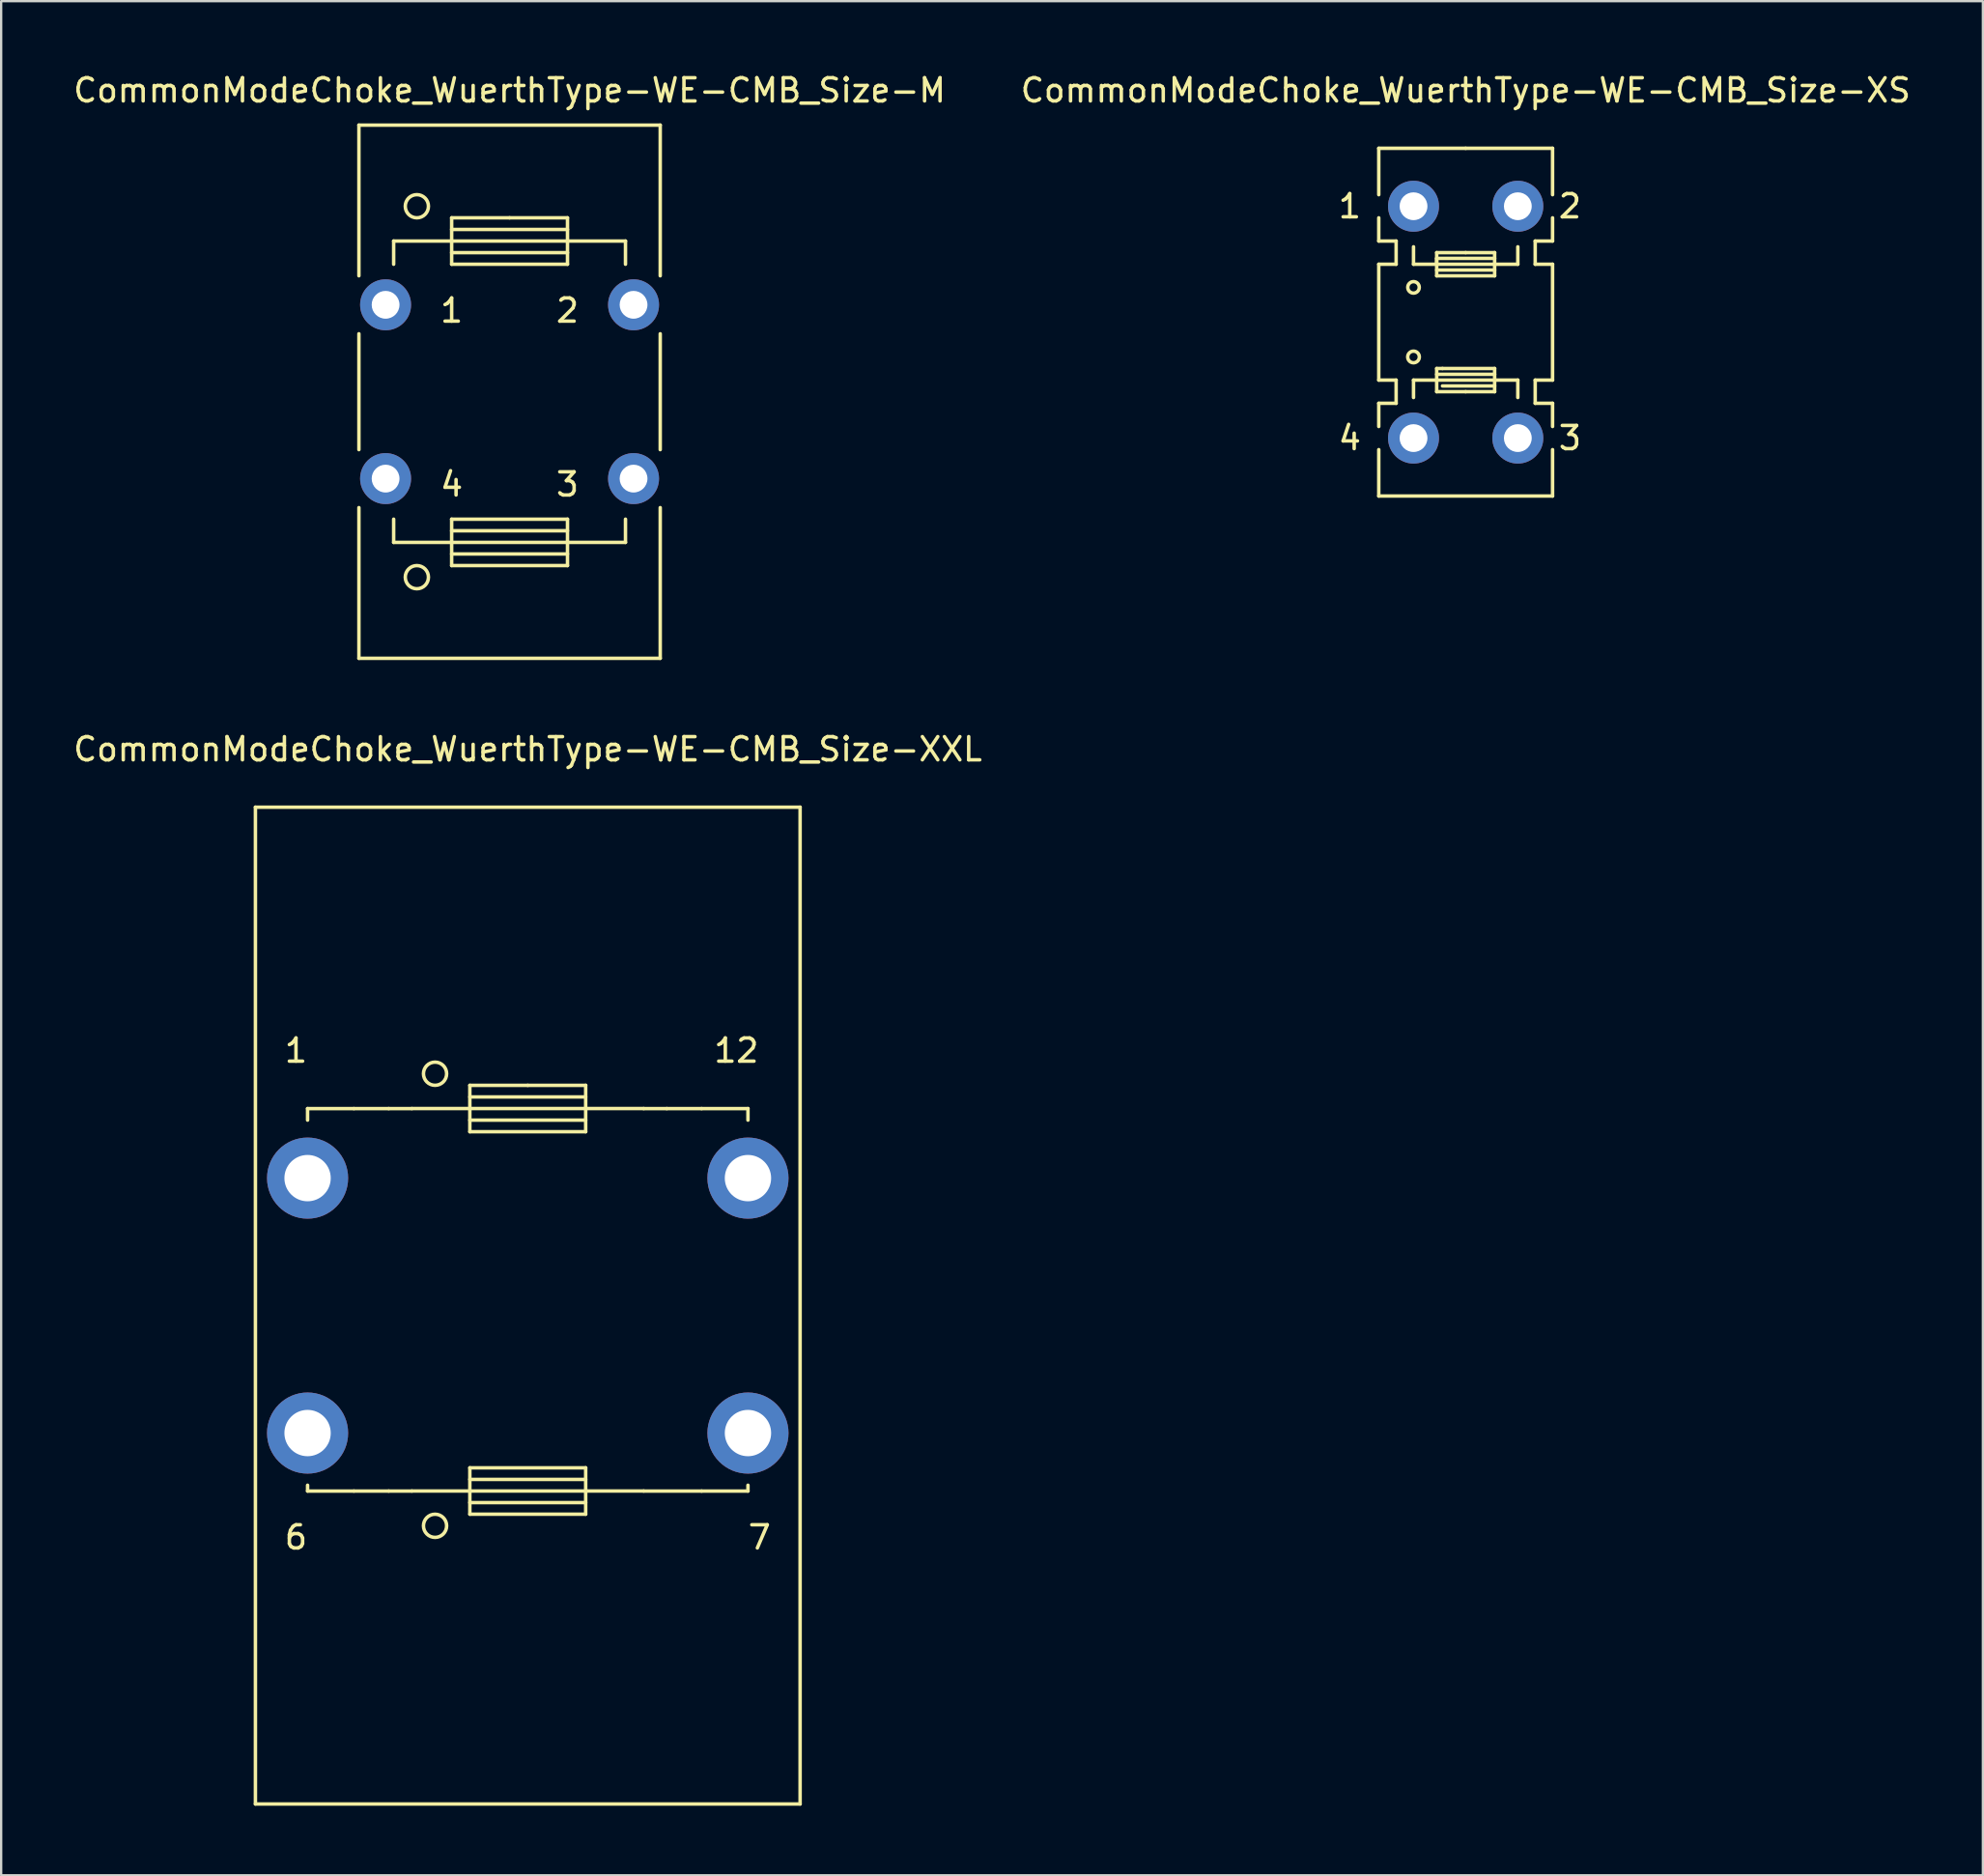
<source format=kicad_pcb>
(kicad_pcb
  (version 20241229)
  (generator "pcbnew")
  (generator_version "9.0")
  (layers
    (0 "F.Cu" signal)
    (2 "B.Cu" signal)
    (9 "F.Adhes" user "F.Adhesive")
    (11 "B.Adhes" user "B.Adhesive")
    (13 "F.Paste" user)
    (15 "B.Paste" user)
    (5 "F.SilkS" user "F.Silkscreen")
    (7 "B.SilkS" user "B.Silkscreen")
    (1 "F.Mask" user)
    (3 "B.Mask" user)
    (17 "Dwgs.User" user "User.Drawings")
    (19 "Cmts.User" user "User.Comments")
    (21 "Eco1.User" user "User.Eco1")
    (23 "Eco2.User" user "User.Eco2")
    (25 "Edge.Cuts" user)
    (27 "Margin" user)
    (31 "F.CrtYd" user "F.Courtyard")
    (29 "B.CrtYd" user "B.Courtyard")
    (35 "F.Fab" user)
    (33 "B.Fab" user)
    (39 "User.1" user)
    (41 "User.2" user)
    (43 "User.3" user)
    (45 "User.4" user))
  (footprint "CommonModeChoke_WuerthType-WE-CMB_Size-XS"
    (layer "F.Cu")
    (at 60.185 10.848)
    (property "Reference" "CommonModeChoke_WuerthType-WE-CMB_Size-XS" (at 0 -10 0) (layer "F.SilkS") (effects (font (size 1 1) (thickness 0.15))))
    (attr through_hole)
    (fp_line (start -3.749 -7.501) (end 0 -7.501) (stroke (width 0.15) (type solid)) (layer "F.SilkS"))
    (fp_line (start -3.749 -5.499) (end -3.749 -7.501) (stroke (width 0.15) (type solid)) (layer "F.SilkS"))
    (fp_line (start -3.749 -3.5) (end -3.749 -4.501) (stroke (width 0.15) (type solid)) (layer "F.SilkS"))
    (fp_line (start -3.749 -2.499) (end -3 -2.499) (stroke (width 0.15) (type solid)) (layer "F.SilkS"))
    (fp_line (start -3.749 2.499) (end -3.749 -2.499) (stroke (width 0.15) (type solid)) (layer "F.SilkS"))
    (fp_line (start -3.749 3.5) (end -3 3.5) (stroke (width 0.15) (type solid)) (layer "F.SilkS"))
    (fp_line (start -3.749 4.501) (end -3.749 3.5) (stroke (width 0.15) (type solid)) (layer "F.SilkS"))
    (fp_line (start -3.749 7.501) (end -3.749 5.499) (stroke (width 0.15) (type solid)) (layer "F.SilkS"))
    (fp_line (start -3 -3.5) (end -3.749 -3.5) (stroke (width 0.15) (type solid)) (layer "F.SilkS"))
    (fp_line (start -3 -2.499) (end -3 -3.5) (stroke (width 0.15) (type solid)) (layer "F.SilkS"))
    (fp_line (start -3 2.499) (end -3.749 2.499) (stroke (width 0.15) (type solid)) (layer "F.SilkS"))
    (fp_line (start -3 3.5) (end -3 2.499) (stroke (width 0.15) (type solid)) (layer "F.SilkS"))
    (fp_line (start -2.25 -2.499) (end -2.25 -3.251) (stroke (width 0.15) (type solid)) (layer "F.SilkS"))
    (fp_line (start -2.25 2.499) (end -2.25 3.251) (stroke (width 0.15) (type solid)) (layer "F.SilkS"))
    (fp_line (start -1.25 -3) (end 0 -3) (stroke (width 0.15) (type solid)) (layer "F.SilkS"))
    (fp_line (start -1.25 -2.751) (end -1.25 -2.499) (stroke (width 0.15) (type solid)) (layer "F.SilkS"))
    (fp_line (start -1.25 -2.499) (end -2.25 -2.499) (stroke (width 0.15) (type solid)) (layer "F.SilkS"))
    (fp_line (start -1.25 -2.25) (end 1.25 -2.25) (stroke (width 0.15) (type solid)) (layer "F.SilkS"))
    (fp_line (start -1.25 -1.999) (end -1.25 -3) (stroke (width 0.15) (type solid)) (layer "F.SilkS"))
    (fp_line (start -1.25 1.999) (end -1.25 3) (stroke (width 0.15) (type solid)) (layer "F.SilkS"))
    (fp_line (start -1.25 2.499) (end -2.25 2.499) (stroke (width 0.15) (type solid)) (layer "F.SilkS"))
    (fp_line (start -1.25 3) (end 0 3) (stroke (width 0.15) (type solid)) (layer "F.SilkS"))
    (fp_line (start -1.001 1.999) (end -1.25 1.999) (stroke (width 0.15) (type solid)) (layer "F.SilkS"))
    (fp_line (start 0 -7.501) (end 3.749 -7.501) (stroke (width 0.15) (type solid)) (layer "F.SilkS"))
    (fp_line (start 0 -3) (end 1.25 -3) (stroke (width 0.15) (type solid)) (layer "F.SilkS"))
    (fp_line (start 0 3) (end 1.25 3) (stroke (width 0.15) (type solid)) (layer "F.SilkS"))
    (fp_line (start 1.25 -3) (end 1.25 -1.999) (stroke (width 0.15) (type solid)) (layer "F.SilkS"))
    (fp_line (start 1.25 -2.751) (end -1.25 -2.751) (stroke (width 0.15) (type solid)) (layer "F.SilkS"))
    (fp_line (start 1.25 -2.499) (end -1.25 -2.499) (stroke (width 0.15) (type solid)) (layer "F.SilkS"))
    (fp_line (start 1.25 -2.499) (end 2.25 -2.499) (stroke (width 0.15) (type solid)) (layer "F.SilkS"))
    (fp_line (start 1.25 -1.999) (end -1.25 -1.999) (stroke (width 0.15) (type solid)) (layer "F.SilkS"))
    (fp_line (start 1.25 1.999) (end -1.001 1.999) (stroke (width 0.15) (type solid)) (layer "F.SilkS"))
    (fp_line (start 1.25 2.25) (end -1.25 2.25) (stroke (width 0.15) (type solid)) (layer "F.SilkS"))
    (fp_line (start 1.25 2.499) (end -1.25 2.499) (stroke (width 0.15) (type solid)) (layer "F.SilkS"))
    (fp_line (start 1.25 2.499) (end 2.25 2.499) (stroke (width 0.15) (type solid)) (layer "F.SilkS"))
    (fp_line (start 1.25 2.751) (end -1.001 2.751) (stroke (width 0.15) (type solid)) (layer "F.SilkS"))
    (fp_line (start 1.25 3) (end 1.25 1.999) (stroke (width 0.15) (type solid)) (layer "F.SilkS"))
    (fp_line (start 2.25 -2.499) (end 2.25 -3.251) (stroke (width 0.15) (type solid)) (layer "F.SilkS"))
    (fp_line (start 2.25 2.499) (end 2.25 3.251) (stroke (width 0.15) (type solid)) (layer "F.SilkS"))
    (fp_line (start 3 -3.5) (end 3 -2.499) (stroke (width 0.15) (type solid)) (layer "F.SilkS"))
    (fp_line (start 3 -2.499) (end 3.749 -2.499) (stroke (width 0.15) (type solid)) (layer "F.SilkS"))
    (fp_line (start 3 2.499) (end 3 3.5) (stroke (width 0.15) (type solid)) (layer "F.SilkS"))
    (fp_line (start 3 3.5) (end 3.749 3.5) (stroke (width 0.15) (type solid)) (layer "F.SilkS"))
    (fp_line (start 3.749 -7.501) (end 3.749 -5.499) (stroke (width 0.15) (type solid)) (layer "F.SilkS"))
    (fp_line (start 3.749 -4.501) (end 3.749 -3.5) (stroke (width 0.15) (type solid)) (layer "F.SilkS"))
    (fp_line (start 3.749 -3.5) (end 3 -3.5) (stroke (width 0.15) (type solid)) (layer "F.SilkS"))
    (fp_line (start 3.749 -2.499) (end 3.749 2.499) (stroke (width 0.15) (type solid)) (layer "F.SilkS"))
    (fp_line (start 3.749 2.499) (end 3 2.499) (stroke (width 0.15) (type solid)) (layer "F.SilkS"))
    (fp_line (start 3.749 3.5) (end 3.749 4.501) (stroke (width 0.15) (type solid)) (layer "F.SilkS"))
    (fp_line (start 3.749 5.499) (end 3.749 7.501) (stroke (width 0.15) (type solid)) (layer "F.SilkS"))
    (fp_line (start 3.749 7.501) (end -3.749 7.501) (stroke (width 0.15) (type solid)) (layer "F.SilkS"))
    (fp_circle (center -2.25 -1.501) (end -2.002 -1.501) (stroke (width 0.15) (type solid)) (fill no) (layer "F.SilkS"))
    (fp_circle (center -2.25 1.501) (end -2.25 1.25) (stroke (width 0.15) (type solid)) (fill no) (layer "F.SilkS"))
    (fp_text user "1" (at -5.001 -5.001 0) (layer "F.SilkS") (effects (font (size 1 1) (thickness 0.15))))
    (fp_text user "4" (at -5.001 5.001 0) (layer "F.SilkS") (effects (font (size 1 1) (thickness 0.15))))
    (fp_text user "2" (at 4.501 -5.001 0) (layer "F.SilkS") (effects (font (size 1 1) (thickness 0.15))))
    (fp_text user "3" (at 4.501 5.001 0) (layer "F.SilkS") (effects (font (size 1 1) (thickness 0.15))))
    (pad "1" thru_hole circle (at -2.25 -5.001) (size 2.2 2.2) (drill 1.199) (layers "*.Cu" "*.Mask"))
    (pad "2" thru_hole circle (at 2.25 -5.001) (size 2.2 2.2) (drill 1.199) (layers "*.Cu" "*.Mask"))
    (pad "3" thru_hole circle (at 2.25 5.001) (size 2.2 2.2) (drill 1.199) (layers "*.Cu" "*.Mask"))
    (pad "4" thru_hole circle (at -2.25 5.001) (size 2.2 2.2) (drill 1.199) (layers "*.Cu" "*.Mask")))
  (footprint "CommonModeChoke_WuerthType-WE-CMB_Size-M"
    (layer "F.Cu")
    (at 18.935 13.848)
    (property "Reference" "CommonModeChoke_WuerthType-WE-CMB_Size-M" (at 0 -13 0) (layer "F.SilkS") (effects (font (size 1 1) (thickness 0.15))))
    (attr through_hole)
    (fp_line (start -6.5 -11.501) (end 6.5 -11.501) (stroke (width 0.15) (type solid)) (layer "F.SilkS"))
    (fp_line (start -6.5 -5.001) (end -6.5 -11.501) (stroke (width 0.15) (type solid)) (layer "F.SilkS"))
    (fp_line (start -6.5 2.499) (end -6.5 -2.499) (stroke (width 0.15) (type solid)) (layer "F.SilkS"))
    (fp_line (start -6.5 11.501) (end -6.5 5.001) (stroke (width 0.15) (type solid)) (layer "F.SilkS"))
    (fp_line (start -5.001 -6.5) (end -5.001 -5.499) (stroke (width 0.15) (type solid)) (layer "F.SilkS"))
    (fp_line (start -5.001 5.499) (end -5.001 6.5) (stroke (width 0.15) (type solid)) (layer "F.SilkS"))
    (fp_line (start -5.001 6.5) (end -2.499 6.5) (stroke (width 0.15) (type solid)) (layer "F.SilkS"))
    (fp_line (start -2.499 -7.501) (end 0 -7.501) (stroke (width 0.15) (type solid)) (layer "F.SilkS"))
    (fp_line (start -2.499 -6.5) (end -5.001 -6.5) (stroke (width 0.15) (type solid)) (layer "F.SilkS"))
    (fp_line (start -2.499 -6.5) (end 2.499 -6.5) (stroke (width 0.15) (type solid)) (layer "F.SilkS"))
    (fp_line (start -2.499 -5.999) (end 2.499 -5.999) (stroke (width 0.15) (type solid)) (layer "F.SilkS"))
    (fp_line (start -2.499 -5.499) (end -2.499 -7.501) (stroke (width 0.15) (type solid)) (layer "F.SilkS"))
    (fp_line (start -2.499 5.499) (end 2.499 5.499) (stroke (width 0.15) (type solid)) (layer "F.SilkS"))
    (fp_line (start -2.499 7) (end 2.499 7) (stroke (width 0.15) (type solid)) (layer "F.SilkS"))
    (fp_line (start -2.499 7.501) (end -2.499 5.499) (stroke (width 0.15) (type solid)) (layer "F.SilkS"))
    (fp_line (start 0 -7.501) (end 2.499 -7.501) (stroke (width 0.15) (type solid)) (layer "F.SilkS"))
    (fp_line (start 2.499 -7.501) (end 2.499 -5.499) (stroke (width 0.15) (type solid)) (layer "F.SilkS"))
    (fp_line (start 2.499 -7) (end -2.499 -7) (stroke (width 0.15) (type solid)) (layer "F.SilkS"))
    (fp_line (start 2.499 -6.5) (end 5.001 -6.5) (stroke (width 0.15) (type solid)) (layer "F.SilkS"))
    (fp_line (start 2.499 -5.499) (end -2.499 -5.499) (stroke (width 0.15) (type solid)) (layer "F.SilkS"))
    (fp_line (start 2.499 5.499) (end 2.499 7.501) (stroke (width 0.15) (type solid)) (layer "F.SilkS"))
    (fp_line (start 2.499 5.999) (end -2.499 5.999) (stroke (width 0.15) (type solid)) (layer "F.SilkS"))
    (fp_line (start 2.499 6.5) (end -2.499 6.5) (stroke (width 0.15) (type solid)) (layer "F.SilkS"))
    (fp_line (start 2.499 7.501) (end -2.499 7.501) (stroke (width 0.15) (type solid)) (layer "F.SilkS"))
    (fp_line (start 5.001 -6.5) (end 5.001 -5.499) (stroke (width 0.15) (type solid)) (layer "F.SilkS"))
    (fp_line (start 5.001 5.499) (end 5.001 6.5) (stroke (width 0.15) (type solid)) (layer "F.SilkS"))
    (fp_line (start 5.001 6.5) (end 2.499 6.5) (stroke (width 0.15) (type solid)) (layer "F.SilkS"))
    (fp_line (start 6.5 -11.501) (end 6.5 -5.001) (stroke (width 0.15) (type solid)) (layer "F.SilkS"))
    (fp_line (start 6.5 -2.499) (end 6.5 2.499) (stroke (width 0.15) (type solid)) (layer "F.SilkS"))
    (fp_line (start 6.5 5.001) (end 6.5 11.501) (stroke (width 0.15) (type solid)) (layer "F.SilkS"))
    (fp_line (start 6.5 11.501) (end -6.5 11.501) (stroke (width 0.15) (type solid)) (layer "F.SilkS"))
    (fp_circle (center -4 -8.001) (end -3.5 -8.001) (stroke (width 0.15) (type solid)) (fill no) (layer "F.SilkS"))
    (fp_circle (center -4 8.001) (end -3.5 8.001) (stroke (width 0.15) (type solid)) (fill no) (layer "F.SilkS"))
    (fp_text user "1" (at -2.499 -3.5 0) (layer "F.SilkS") (effects (font (size 1 1) (thickness 0.15))))
    (fp_text user "4" (at -2.499 4 0) (layer "F.SilkS") (effects (font (size 1 1) (thickness 0.15))))
    (fp_text user "3" (at 2.499 4 0) (layer "F.SilkS") (effects (font (size 1 1) (thickness 0.15))))
    (fp_text user "2" (at 2.499 -3.5 0) (layer "F.SilkS") (effects (font (size 1 1) (thickness 0.15))))
    (pad "1" thru_hole circle (at -5.349 -3.749) (size 2.2 2.2) (drill 1.199) (layers "*.Cu" "*.Mask"))
    (pad "2" thru_hole circle (at 5.349 -3.749) (size 2.2 2.2) (drill 1.199) (layers "*.Cu" "*.Mask"))
    (pad "3" thru_hole circle (at 5.349 3.749) (size 2.2 2.2) (drill 1.199) (layers "*.Cu" "*.Mask"))
    (pad "4" thru_hole circle (at -5.349 3.749) (size 2.2 2.2) (drill 1.199) (layers "*.Cu" "*.Mask")))
  (footprint "CommonModeChoke_WuerthType-WE-CMB_Size-XXL"
    (layer "F.Cu")
    (at 19.72 53.273)
    (property "Reference" "CommonModeChoke_WuerthType-WE-CMB_Size-XXL" (at 0 -24 0) (layer "F.SilkS") (effects (font (size 1 1) (thickness 0.15))))
    (attr through_hole)
    (fp_line (start -11.75 -21.501) (end -11.75 21.501) (stroke (width 0.15) (type solid)) (layer "F.SilkS"))
    (fp_line (start -11.75 21.501) (end 11.75 21.501) (stroke (width 0.15) (type solid)) (layer "F.SilkS"))
    (fp_line (start -9.5 -8.499) (end -9.5 -8.001) (stroke (width 0.15) (type solid)) (layer "F.SilkS"))
    (fp_line (start -9.5 8.001) (end -9.5 7.75) (stroke (width 0.15) (type solid)) (layer "F.SilkS"))
    (fp_line (start -7.501 -8.499) (end -9.5 -8.499) (stroke (width 0.15) (type solid)) (layer "F.SilkS"))
    (fp_line (start -7.501 8.001) (end -9.5 8.001) (stroke (width 0.15) (type solid)) (layer "F.SilkS"))
    (fp_line (start -5.999 -8.499) (end -7.501 -8.499) (stroke (width 0.15) (type solid)) (layer "F.SilkS"))
    (fp_line (start -5.999 8.001) (end -7.501 8.001) (stroke (width 0.15) (type solid)) (layer "F.SilkS"))
    (fp_line (start -5.001 -8.499) (end -5.999 -8.499) (stroke (width 0.15) (type solid)) (layer "F.SilkS"))
    (fp_line (start -5.001 7.998) (end -2.499 7.998) (stroke (width 0.15) (type solid)) (layer "F.SilkS"))
    (fp_line (start -5.001 8.001) (end -5.999 8.001) (stroke (width 0.15) (type solid)) (layer "F.SilkS"))
    (fp_line (start -2.499 -9.502) (end 0 -9.502) (stroke (width 0.15) (type solid)) (layer "F.SilkS"))
    (fp_line (start -2.499 -8.501) (end -5.001 -8.501) (stroke (width 0.15) (type solid)) (layer "F.SilkS"))
    (fp_line (start -2.499 -8.501) (end 2.499 -8.501) (stroke (width 0.15) (type solid)) (layer "F.SilkS"))
    (fp_line (start -2.499 -8.001) (end 2.499 -8.001) (stroke (width 0.15) (type solid)) (layer "F.SilkS"))
    (fp_line (start -2.499 -7.501) (end -2.499 -9.502) (stroke (width 0.15) (type solid)) (layer "F.SilkS"))
    (fp_line (start -2.499 6.998) (end 2.499 6.998) (stroke (width 0.15) (type solid)) (layer "F.SilkS"))
    (fp_line (start -2.499 8.499) (end 2.499 8.499) (stroke (width 0.15) (type solid)) (layer "F.SilkS"))
    (fp_line (start -2.499 8.999) (end -2.499 6.998) (stroke (width 0.15) (type solid)) (layer "F.SilkS"))
    (fp_line (start 0 -9.502) (end 2.499 -9.502) (stroke (width 0.15) (type solid)) (layer "F.SilkS"))
    (fp_line (start 2.499 -9.502) (end 2.499 -7.501) (stroke (width 0.15) (type solid)) (layer "F.SilkS"))
    (fp_line (start 2.499 -9.002) (end -2.499 -9.002) (stroke (width 0.15) (type solid)) (layer "F.SilkS"))
    (fp_line (start 2.499 -8.501) (end 5.001 -8.501) (stroke (width 0.15) (type solid)) (layer "F.SilkS"))
    (fp_line (start 2.499 -7.501) (end -2.499 -7.501) (stroke (width 0.15) (type solid)) (layer "F.SilkS"))
    (fp_line (start 2.499 6.998) (end 2.499 8.999) (stroke (width 0.15) (type solid)) (layer "F.SilkS"))
    (fp_line (start 2.499 7.498) (end -2.499 7.498) (stroke (width 0.15) (type solid)) (layer "F.SilkS"))
    (fp_line (start 2.499 7.998) (end -2.499 7.998) (stroke (width 0.15) (type solid)) (layer "F.SilkS"))
    (fp_line (start 2.499 8.999) (end -2.499 8.999) (stroke (width 0.15) (type solid)) (layer "F.SilkS"))
    (fp_line (start 5.001 -8.499) (end 5.999 -8.499) (stroke (width 0.15) (type solid)) (layer "F.SilkS"))
    (fp_line (start 5.001 7.998) (end 2.499 7.998) (stroke (width 0.15) (type solid)) (layer "F.SilkS"))
    (fp_line (start 5.001 8.001) (end 7.501 8.001) (stroke (width 0.15) (type solid)) (layer "F.SilkS"))
    (fp_line (start 5.999 -8.499) (end 7.501 -8.499) (stroke (width 0.15) (type solid)) (layer "F.SilkS"))
    (fp_line (start 7.501 -8.499) (end 9.5 -8.499) (stroke (width 0.15) (type solid)) (layer "F.SilkS"))
    (fp_line (start 7.501 8.001) (end 9.5 8.001) (stroke (width 0.15) (type solid)) (layer "F.SilkS"))
    (fp_line (start 9.5 -8.499) (end 9.5 -8.001) (stroke (width 0.15) (type solid)) (layer "F.SilkS"))
    (fp_line (start 9.5 8.001) (end 9.5 7.75) (stroke (width 0.15) (type solid)) (layer "F.SilkS"))
    (fp_line (start 11.75 -21.501) (end -11.75 -21.501) (stroke (width 0.15) (type solid)) (layer "F.SilkS"))
    (fp_line (start 11.75 21.501) (end 11.75 -21.501) (stroke (width 0.15) (type solid)) (layer "F.SilkS"))
    (fp_circle (center -4 -10.003) (end -3.5 -10.003) (stroke (width 0.15) (type solid)) (fill no) (layer "F.SilkS"))
    (fp_circle (center -4 9.5) (end -3.5 9.5) (stroke (width 0.15) (type solid)) (fill no) (layer "F.SilkS"))
    (fp_text user "7" (at 10 10 0) (layer "F.SilkS") (effects (font (size 1 1) (thickness 0.15))))
    (fp_text user "12" (at 8.999 -11.001 0) (layer "F.SilkS") (effects (font (size 1 1) (thickness 0.15))))
    (fp_text user "6" (at -10 10 0) (layer "F.SilkS") (effects (font (size 1 1) (thickness 0.15))))
    (fp_text user "1" (at -10 -11.001 0) (layer "F.SilkS") (effects (font (size 1 1) (thickness 0.15))))
    (pad "1" thru_hole circle (at -9.5 -5.499) (size 3.5 3.5) (drill 1.999) (layers "*.Cu" "*.Mask"))
    (pad "6" thru_hole circle (at -9.5 5.499) (size 3.5 3.5) (drill 1.999) (layers "*.Cu" "*.Mask"))
    (pad "7" thru_hole circle (at 9.5 5.499) (size 3.5 3.5) (drill 1.999) (layers "*.Cu" "*.Mask"))
    (pad "12" thru_hole circle (at 9.5 -5.499) (size 3.5 3.5) (drill 1.999) (layers "*.Cu" "*.Mask")))
  (gr_rect
    (start -3 -3)
    (end 82.5 77.849)
    (stroke (width 0.1) (type default))
    (fill no)
    (layer "Edge.Cuts")))
</source>
